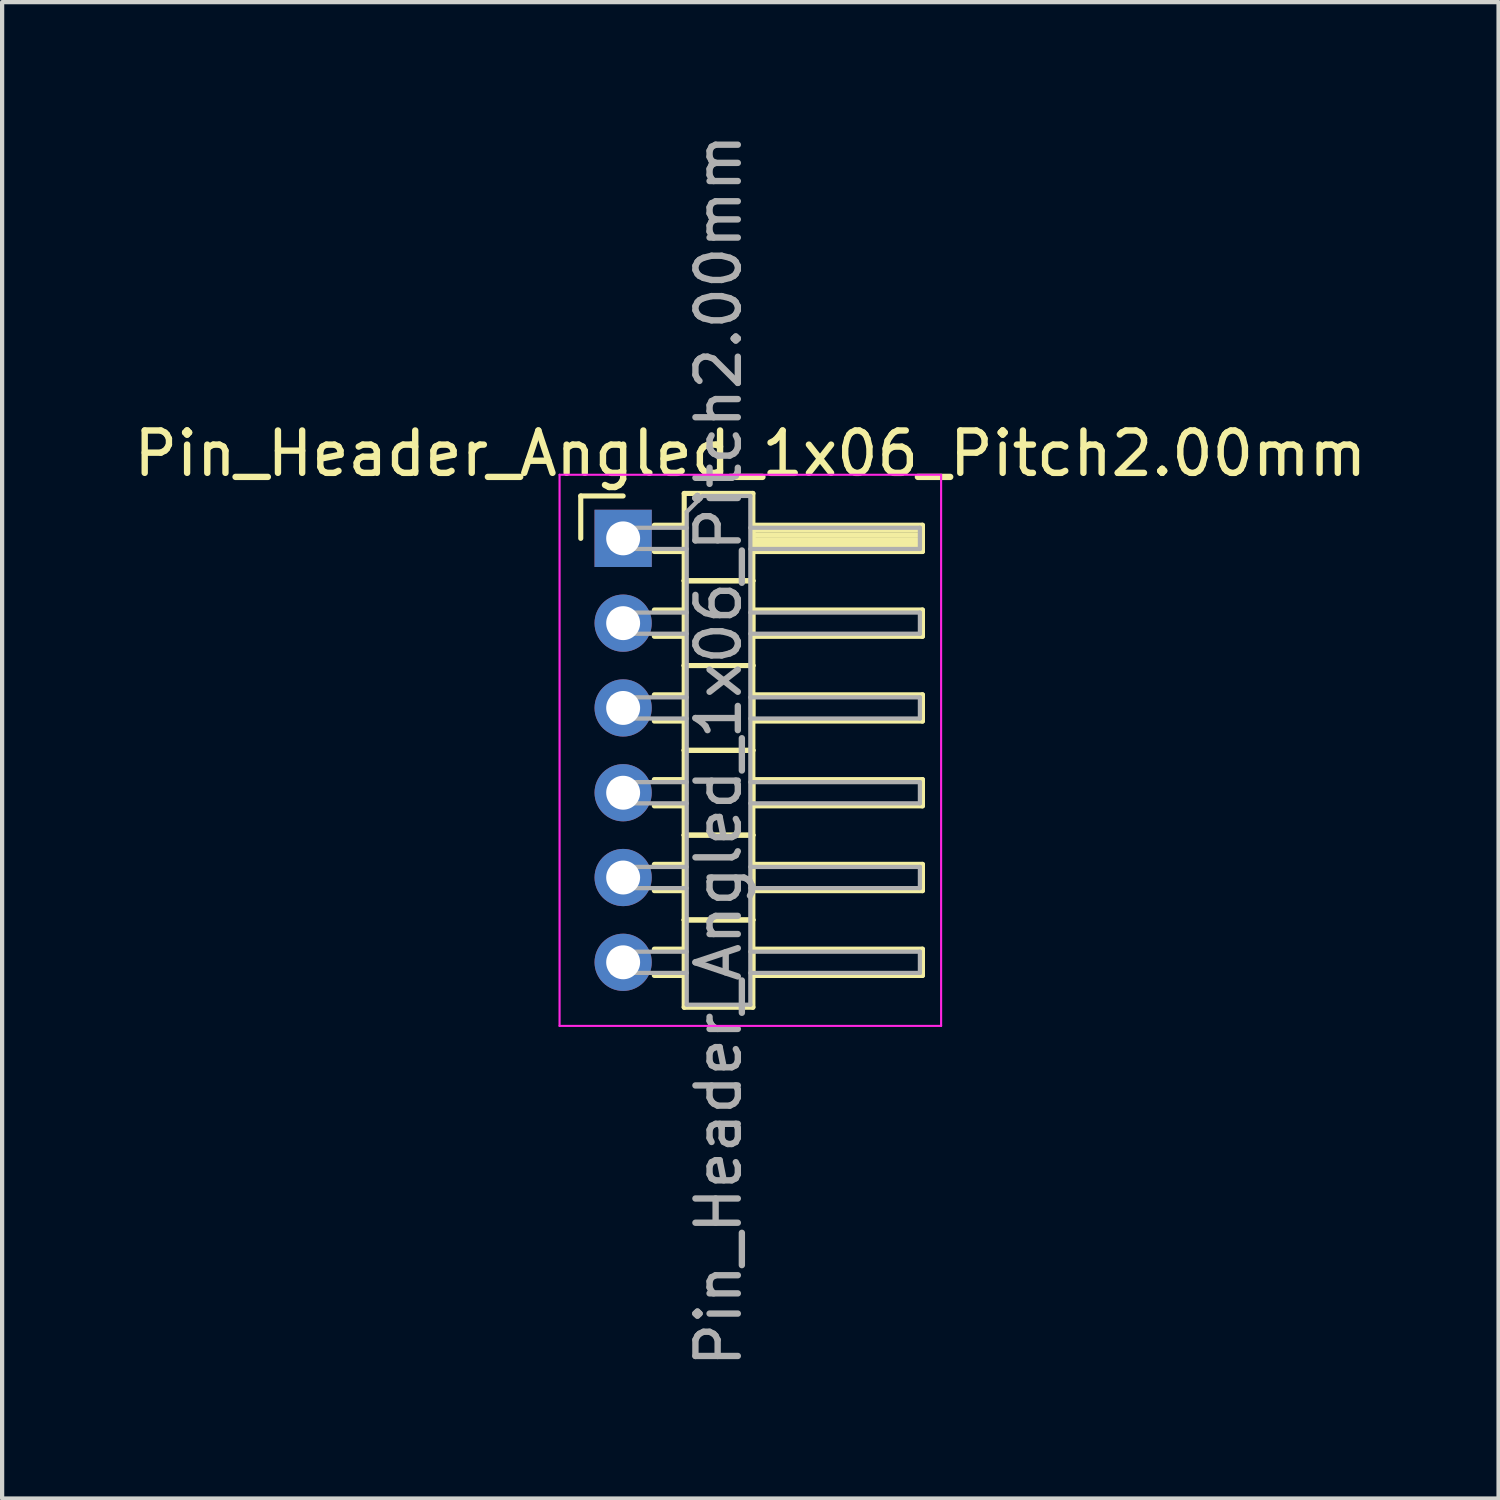
<source format=kicad_pcb>
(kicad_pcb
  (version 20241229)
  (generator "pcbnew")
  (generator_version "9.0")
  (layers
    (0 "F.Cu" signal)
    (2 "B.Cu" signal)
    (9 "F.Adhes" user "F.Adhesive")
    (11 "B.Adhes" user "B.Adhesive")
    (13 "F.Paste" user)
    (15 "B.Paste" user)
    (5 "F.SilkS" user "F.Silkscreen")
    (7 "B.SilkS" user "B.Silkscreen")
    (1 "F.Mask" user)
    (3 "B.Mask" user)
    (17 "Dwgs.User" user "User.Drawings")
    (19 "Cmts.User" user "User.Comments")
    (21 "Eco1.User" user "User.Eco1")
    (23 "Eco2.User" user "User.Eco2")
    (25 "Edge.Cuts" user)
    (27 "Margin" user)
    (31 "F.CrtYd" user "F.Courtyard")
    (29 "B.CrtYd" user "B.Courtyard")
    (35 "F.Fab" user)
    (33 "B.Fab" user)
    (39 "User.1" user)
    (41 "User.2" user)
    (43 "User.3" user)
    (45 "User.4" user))
  (footprint "Pin_Header_Angled_1x06_Pitch2.00mm"
    (layer "F.Cu")
    (at 11.649 9.649)
    (property "Reference" "Pin_Header_Angled_1x06_Pitch2.00mm" (at 3 -2 0) (layer "F.SilkS") (effects (font (size 1 1) (thickness 0.15))))
    (attr through_hole)
    (fp_line (start -1 -1) (end 0 -1) (stroke (width 0.12) (type solid)) (layer "F.SilkS"))
    (fp_line (start -1 0) (end -1 -1) (stroke (width 0.12) (type solid)) (layer "F.SilkS"))
    (fp_line (start 0.735 -0.31) (end 1.44 -0.31) (stroke (width 0.12) (type solid)) (layer "F.SilkS"))
    (fp_line (start 0.735 0.31) (end 1.44 0.31) (stroke (width 0.12) (type solid)) (layer "F.SilkS"))
    (fp_line (start 0.735 1.69) (end 1.44 1.69) (stroke (width 0.12) (type solid)) (layer "F.SilkS"))
    (fp_line (start 0.735 2.31) (end 1.44 2.31) (stroke (width 0.12) (type solid)) (layer "F.SilkS"))
    (fp_line (start 0.735 3.69) (end 1.44 3.69) (stroke (width 0.12) (type solid)) (layer "F.SilkS"))
    (fp_line (start 0.735 4.31) (end 1.44 4.31) (stroke (width 0.12) (type solid)) (layer "F.SilkS"))
    (fp_line (start 0.735 5.69) (end 1.44 5.69) (stroke (width 0.12) (type solid)) (layer "F.SilkS"))
    (fp_line (start 0.735 6.31) (end 1.44 6.31) (stroke (width 0.12) (type solid)) (layer "F.SilkS"))
    (fp_line (start 0.735 7.69) (end 1.44 7.69) (stroke (width 0.12) (type solid)) (layer "F.SilkS"))
    (fp_line (start 0.735 8.31) (end 1.44 8.31) (stroke (width 0.12) (type solid)) (layer "F.SilkS"))
    (fp_line (start 0.735 9.69) (end 1.44 9.69) (stroke (width 0.12) (type solid)) (layer "F.SilkS"))
    (fp_line (start 0.735 10.31) (end 1.44 10.31) (stroke (width 0.12) (type solid)) (layer "F.SilkS"))
    (fp_line (start 1.44 -1.06) (end 1.44 1) (stroke (width 0.12) (type solid)) (layer "F.SilkS"))
    (fp_line (start 1.44 1) (end 1.44 3) (stroke (width 0.12) (type solid)) (layer "F.SilkS"))
    (fp_line (start 1.44 1) (end 3.06 1) (stroke (width 0.12) (type solid)) (layer "F.SilkS"))
    (fp_line (start 1.44 3) (end 1.44 5) (stroke (width 0.12) (type solid)) (layer "F.SilkS"))
    (fp_line (start 1.44 3) (end 3.06 3) (stroke (width 0.12) (type solid)) (layer "F.SilkS"))
    (fp_line (start 1.44 5) (end 1.44 7) (stroke (width 0.12) (type solid)) (layer "F.SilkS"))
    (fp_line (start 1.44 5) (end 3.06 5) (stroke (width 0.12) (type solid)) (layer "F.SilkS"))
    (fp_line (start 1.44 7) (end 1.44 9) (stroke (width 0.12) (type solid)) (layer "F.SilkS"))
    (fp_line (start 1.44 7) (end 3.06 7) (stroke (width 0.12) (type solid)) (layer "F.SilkS"))
    (fp_line (start 1.44 9) (end 1.44 11.06) (stroke (width 0.12) (type solid)) (layer "F.SilkS"))
    (fp_line (start 1.44 9) (end 3.06 9) (stroke (width 0.12) (type solid)) (layer "F.SilkS"))
    (fp_line (start 1.44 11.06) (end 3.06 11.06) (stroke (width 0.12) (type solid)) (layer "F.SilkS"))
    (fp_line (start 3.06 -1.06) (end 1.44 -1.06) (stroke (width 0.12) (type solid)) (layer "F.SilkS"))
    (fp_line (start 3.06 -0.31) (end 3.06 0.31) (stroke (width 0.12) (type solid)) (layer "F.SilkS"))
    (fp_line (start 3.06 -0.19) (end 7.06 -0.19) (stroke (width 0.12) (type solid)) (layer "F.SilkS"))
    (fp_line (start 3.06 -0.07) (end 7.06 -0.07) (stroke (width 0.12) (type solid)) (layer "F.SilkS"))
    (fp_line (start 3.06 0.05) (end 7.06 0.05) (stroke (width 0.12) (type solid)) (layer "F.SilkS"))
    (fp_line (start 3.06 0.17) (end 7.06 0.17) (stroke (width 0.12) (type solid)) (layer "F.SilkS"))
    (fp_line (start 3.06 0.29) (end 7.06 0.29) (stroke (width 0.12) (type solid)) (layer "F.SilkS"))
    (fp_line (start 3.06 0.31) (end 7.06 0.31) (stroke (width 0.12) (type solid)) (layer "F.SilkS"))
    (fp_line (start 3.06 1) (end 1.44 1) (stroke (width 0.12) (type solid)) (layer "F.SilkS"))
    (fp_line (start 3.06 1) (end 3.06 -1.06) (stroke (width 0.12) (type solid)) (layer "F.SilkS"))
    (fp_line (start 3.06 1.69) (end 3.06 2.31) (stroke (width 0.12) (type solid)) (layer "F.SilkS"))
    (fp_line (start 3.06 2.31) (end 7.06 2.31) (stroke (width 0.12) (type solid)) (layer "F.SilkS"))
    (fp_line (start 3.06 3) (end 1.44 3) (stroke (width 0.12) (type solid)) (layer "F.SilkS"))
    (fp_line (start 3.06 3) (end 3.06 1) (stroke (width 0.12) (type solid)) (layer "F.SilkS"))
    (fp_line (start 3.06 3.69) (end 3.06 4.31) (stroke (width 0.12) (type solid)) (layer "F.SilkS"))
    (fp_line (start 3.06 4.31) (end 7.06 4.31) (stroke (width 0.12) (type solid)) (layer "F.SilkS"))
    (fp_line (start 3.06 5) (end 1.44 5) (stroke (width 0.12) (type solid)) (layer "F.SilkS"))
    (fp_line (start 3.06 5) (end 3.06 3) (stroke (width 0.12) (type solid)) (layer "F.SilkS"))
    (fp_line (start 3.06 5.69) (end 3.06 6.31) (stroke (width 0.12) (type solid)) (layer "F.SilkS"))
    (fp_line (start 3.06 6.31) (end 7.06 6.31) (stroke (width 0.12) (type solid)) (layer "F.SilkS"))
    (fp_line (start 3.06 7) (end 1.44 7) (stroke (width 0.12) (type solid)) (layer "F.SilkS"))
    (fp_line (start 3.06 7) (end 3.06 5) (stroke (width 0.12) (type solid)) (layer "F.SilkS"))
    (fp_line (start 3.06 7.69) (end 3.06 8.31) (stroke (width 0.12) (type solid)) (layer "F.SilkS"))
    (fp_line (start 3.06 8.31) (end 7.06 8.31) (stroke (width 0.12) (type solid)) (layer "F.SilkS"))
    (fp_line (start 3.06 9) (end 1.44 9) (stroke (width 0.12) (type solid)) (layer "F.SilkS"))
    (fp_line (start 3.06 9) (end 3.06 7) (stroke (width 0.12) (type solid)) (layer "F.SilkS"))
    (fp_line (start 3.06 9.69) (end 3.06 10.31) (stroke (width 0.12) (type solid)) (layer "F.SilkS"))
    (fp_line (start 3.06 10.31) (end 7.06 10.31) (stroke (width 0.12) (type solid)) (layer "F.SilkS"))
    (fp_line (start 3.06 11.06) (end 3.06 9) (stroke (width 0.12) (type solid)) (layer "F.SilkS"))
    (fp_line (start 7.06 -0.31) (end 3.06 -0.31) (stroke (width 0.12) (type solid)) (layer "F.SilkS"))
    (fp_line (start 7.06 0.31) (end 7.06 -0.31) (stroke (width 0.12) (type solid)) (layer "F.SilkS"))
    (fp_line (start 7.06 1.69) (end 3.06 1.69) (stroke (width 0.12) (type solid)) (layer "F.SilkS"))
    (fp_line (start 7.06 2.31) (end 7.06 1.69) (stroke (width 0.12) (type solid)) (layer "F.SilkS"))
    (fp_line (start 7.06 3.69) (end 3.06 3.69) (stroke (width 0.12) (type solid)) (layer "F.SilkS"))
    (fp_line (start 7.06 4.31) (end 7.06 3.69) (stroke (width 0.12) (type solid)) (layer "F.SilkS"))
    (fp_line (start 7.06 5.69) (end 3.06 5.69) (stroke (width 0.12) (type solid)) (layer "F.SilkS"))
    (fp_line (start 7.06 6.31) (end 7.06 5.69) (stroke (width 0.12) (type solid)) (layer "F.SilkS"))
    (fp_line (start 7.06 7.69) (end 3.06 7.69) (stroke (width 0.12) (type solid)) (layer "F.SilkS"))
    (fp_line (start 7.06 8.31) (end 7.06 7.69) (stroke (width 0.12) (type solid)) (layer "F.SilkS"))
    (fp_line (start 7.06 9.69) (end 3.06 9.69) (stroke (width 0.12) (type solid)) (layer "F.SilkS"))
    (fp_line (start 7.06 10.31) (end 7.06 9.69) (stroke (width 0.12) (type solid)) (layer "F.SilkS"))
    (fp_line (start -1.5 -1.5) (end -1.5 11.5) (stroke (width 0.05) (type solid)) (layer "F.CrtYd"))
    (fp_line (start -1.5 11.5) (end 7.5 11.5) (stroke (width 0.05) (type solid)) (layer "F.CrtYd"))
    (fp_line (start 7.5 -1.5) (end -1.5 -1.5) (stroke (width 0.05) (type solid)) (layer "F.CrtYd"))
    (fp_line (start 7.5 11.5) (end 7.5 -1.5) (stroke (width 0.05) (type solid)) (layer "F.CrtYd"))
    (fp_line (start -0.25 -0.25) (end -0.25 0.25) (stroke (width 0.1) (type solid)) (layer "F.Fab"))
    (fp_line (start -0.25 -0.25) (end 1.5 -0.25) (stroke (width 0.1) (type solid)) (layer "F.Fab"))
    (fp_line (start -0.25 0.25) (end 1.5 0.25) (stroke (width 0.1) (type solid)) (layer "F.Fab"))
    (fp_line (start -0.25 1.75) (end -0.25 2.25) (stroke (width 0.1) (type solid)) (layer "F.Fab"))
    (fp_line (start -0.25 1.75) (end 1.5 1.75) (stroke (width 0.1) (type solid)) (layer "F.Fab"))
    (fp_line (start -0.25 2.25) (end 1.5 2.25) (stroke (width 0.1) (type solid)) (layer "F.Fab"))
    (fp_line (start -0.25 3.75) (end -0.25 4.25) (stroke (width 0.1) (type solid)) (layer "F.Fab"))
    (fp_line (start -0.25 3.75) (end 1.5 3.75) (stroke (width 0.1) (type solid)) (layer "F.Fab"))
    (fp_line (start -0.25 4.25) (end 1.5 4.25) (stroke (width 0.1) (type solid)) (layer "F.Fab"))
    (fp_line (start -0.25 5.75) (end -0.25 6.25) (stroke (width 0.1) (type solid)) (layer "F.Fab"))
    (fp_line (start -0.25 5.75) (end 1.5 5.75) (stroke (width 0.1) (type solid)) (layer "F.Fab"))
    (fp_line (start -0.25 6.25) (end 1.5 6.25) (stroke (width 0.1) (type solid)) (layer "F.Fab"))
    (fp_line (start -0.25 7.75) (end -0.25 8.25) (stroke (width 0.1) (type solid)) (layer "F.Fab"))
    (fp_line (start -0.25 7.75) (end 1.5 7.75) (stroke (width 0.1) (type solid)) (layer "F.Fab"))
    (fp_line (start -0.25 8.25) (end 1.5 8.25) (stroke (width 0.1) (type solid)) (layer "F.Fab"))
    (fp_line (start -0.25 9.75) (end -0.25 10.25) (stroke (width 0.1) (type solid)) (layer "F.Fab"))
    (fp_line (start -0.25 9.75) (end 1.5 9.75) (stroke (width 0.1) (type solid)) (layer "F.Fab"))
    (fp_line (start -0.25 10.25) (end 1.5 10.25) (stroke (width 0.1) (type solid)) (layer "F.Fab"))
    (fp_line (start 1.5 -0.625) (end 1.875 -1) (stroke (width 0.1) (type solid)) (layer "F.Fab"))
    (fp_line (start 1.5 11) (end 1.5 -0.625) (stroke (width 0.1) (type solid)) (layer "F.Fab"))
    (fp_line (start 1.875 -1) (end 3 -1) (stroke (width 0.1) (type solid)) (layer "F.Fab"))
    (fp_line (start 3 -1) (end 3 11) (stroke (width 0.1) (type solid)) (layer "F.Fab"))
    (fp_line (start 3 -0.25) (end 7 -0.25) (stroke (width 0.1) (type solid)) (layer "F.Fab"))
    (fp_line (start 3 0.25) (end 7 0.25) (stroke (width 0.1) (type solid)) (layer "F.Fab"))
    (fp_line (start 3 1.75) (end 7 1.75) (stroke (width 0.1) (type solid)) (layer "F.Fab"))
    (fp_line (start 3 2.25) (end 7 2.25) (stroke (width 0.1) (type solid)) (layer "F.Fab"))
    (fp_line (start 3 3.75) (end 7 3.75) (stroke (width 0.1) (type solid)) (layer "F.Fab"))
    (fp_line (start 3 4.25) (end 7 4.25) (stroke (width 0.1) (type solid)) (layer "F.Fab"))
    (fp_line (start 3 5.75) (end 7 5.75) (stroke (width 0.1) (type solid)) (layer "F.Fab"))
    (fp_line (start 3 6.25) (end 7 6.25) (stroke (width 0.1) (type solid)) (layer "F.Fab"))
    (fp_line (start 3 7.75) (end 7 7.75) (stroke (width 0.1) (type solid)) (layer "F.Fab"))
    (fp_line (start 3 8.25) (end 7 8.25) (stroke (width 0.1) (type solid)) (layer "F.Fab"))
    (fp_line (start 3 9.75) (end 7 9.75) (stroke (width 0.1) (type solid)) (layer "F.Fab"))
    (fp_line (start 3 10.25) (end 7 10.25) (stroke (width 0.1) (type solid)) (layer "F.Fab"))
    (fp_line (start 3 11) (end 1.5 11) (stroke (width 0.1) (type solid)) (layer "F.Fab"))
    (fp_line (start 7 -0.25) (end 7 0.25) (stroke (width 0.1) (type solid)) (layer "F.Fab"))
    (fp_line (start 7 1.75) (end 7 2.25) (stroke (width 0.1) (type solid)) (layer "F.Fab"))
    (fp_line (start 7 3.75) (end 7 4.25) (stroke (width 0.1) (type solid)) (layer "F.Fab"))
    (fp_line (start 7 5.75) (end 7 6.25) (stroke (width 0.1) (type solid)) (layer "F.Fab"))
    (fp_line (start 7 7.75) (end 7 8.25) (stroke (width 0.1) (type solid)) (layer "F.Fab"))
    (fp_line (start 7 9.75) (end 7 10.25) (stroke (width 0.1) (type solid)) (layer "F.Fab"))
    (fp_text user "${REFERENCE}" (at 2.25 5 90) (layer "F.Fab") (effects (font (size 1 1) (thickness 0.15))))
    (pad "1" thru_hole rect (at 0 0) (size 1.35 1.35) (drill 0.8) (layers "*.Cu" "*.Mask"))
    (pad "2" thru_hole oval (at 0 2) (size 1.35 1.35) (drill 0.8) (layers "*.Cu" "*.Mask"))
    (pad "3" thru_hole oval (at 0 4) (size 1.35 1.35) (drill 0.8) (layers "*.Cu" "*.Mask"))
    (pad "4" thru_hole oval (at 0 6) (size 1.35 1.35) (drill 0.8) (layers "*.Cu" "*.Mask"))
    (pad "5" thru_hole oval (at 0 8) (size 1.35 1.35) (drill 0.8) (layers "*.Cu" "*.Mask"))
    (pad "6" thru_hole oval (at 0 10) (size 1.35 1.35) (drill 0.8) (layers "*.Cu" "*.Mask")))
  (gr_rect
    (start -3 -3)
    (end 32.298 32.298)
    (stroke (width 0.1) (type default))
    (fill no)
    (layer "Edge.Cuts")))
</source>
